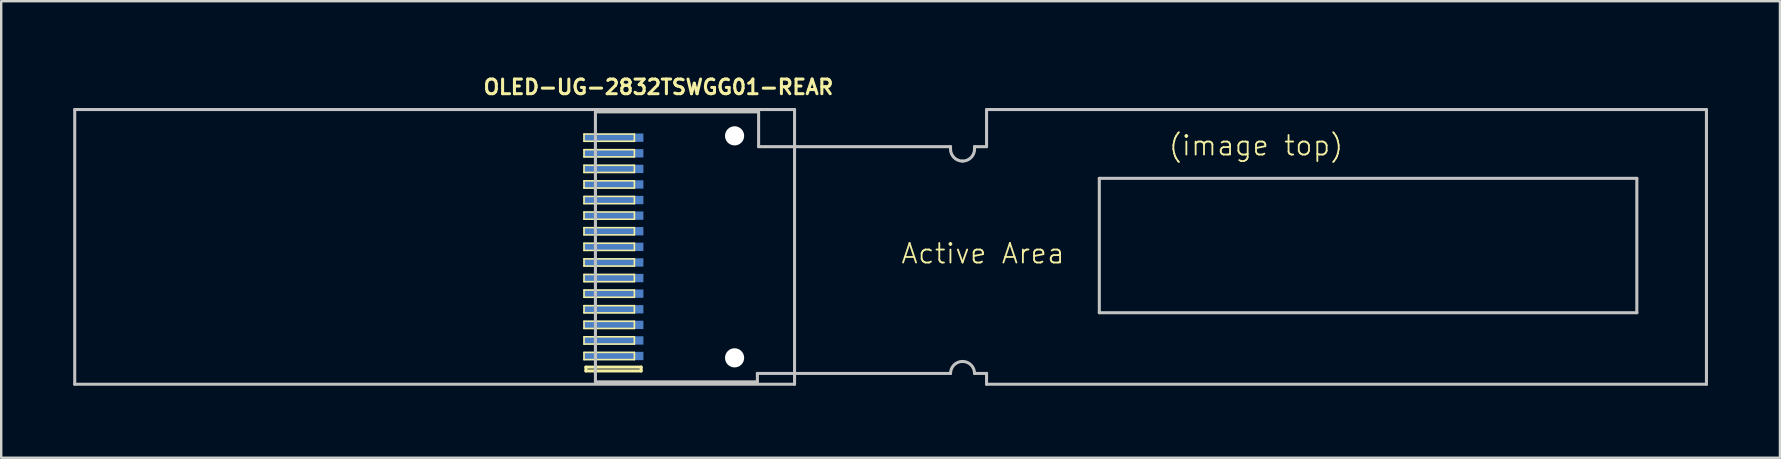
<source format=kicad_pcb>
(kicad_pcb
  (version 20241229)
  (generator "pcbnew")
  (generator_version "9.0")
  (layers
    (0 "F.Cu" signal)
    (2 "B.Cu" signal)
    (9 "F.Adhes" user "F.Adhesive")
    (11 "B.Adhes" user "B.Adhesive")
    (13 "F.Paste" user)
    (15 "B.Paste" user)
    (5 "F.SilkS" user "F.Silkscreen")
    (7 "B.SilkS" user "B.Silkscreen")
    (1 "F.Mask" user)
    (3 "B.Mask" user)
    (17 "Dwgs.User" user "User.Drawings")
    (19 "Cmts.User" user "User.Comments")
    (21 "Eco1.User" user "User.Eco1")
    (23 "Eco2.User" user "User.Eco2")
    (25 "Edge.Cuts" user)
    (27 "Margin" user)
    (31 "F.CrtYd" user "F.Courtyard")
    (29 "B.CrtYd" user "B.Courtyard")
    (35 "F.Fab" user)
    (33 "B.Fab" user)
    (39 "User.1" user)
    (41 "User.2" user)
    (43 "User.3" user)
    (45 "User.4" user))
  (footprint "OLED-UG-2832TSWGG01-REAR"
    (layer "F.Cu")
    (at 21.763 1.613)
    (property "Reference" "OLED-UG-2832TSWGG01-REAR" (at 2.624 -1.034 0) (layer "F.SilkS") (effects (font (size 0.61 0.61) (thickness 0.127))))
    (attr smd)
    (fp_line (start -0.475 0.925) (end 1.623 0.925) (stroke (width 0.066) (type solid)) (layer "F.SilkS"))
    (fp_line (start -0.475 1.224) (end -0.475 0.925) (stroke (width 0.066) (type solid)) (layer "F.SilkS"))
    (fp_line (start -0.475 1.224) (end 1.623 1.224) (stroke (width 0.066) (type solid)) (layer "F.SilkS"))
    (fp_line (start -0.475 1.575) (end 1.623 1.575) (stroke (width 0.066) (type solid)) (layer "F.SilkS"))
    (fp_line (start -0.475 1.875) (end -0.475 1.575) (stroke (width 0.066) (type solid)) (layer "F.SilkS"))
    (fp_line (start -0.475 1.875) (end 1.623 1.875) (stroke (width 0.066) (type solid)) (layer "F.SilkS"))
    (fp_line (start -0.475 2.223) (end 1.623 2.223) (stroke (width 0.066) (type solid)) (layer "F.SilkS"))
    (fp_line (start -0.475 2.525) (end -0.475 2.223) (stroke (width 0.066) (type solid)) (layer "F.SilkS"))
    (fp_line (start -0.475 2.525) (end 1.623 2.525) (stroke (width 0.066) (type solid)) (layer "F.SilkS"))
    (fp_line (start -0.475 2.873) (end 1.623 2.873) (stroke (width 0.066) (type solid)) (layer "F.SilkS"))
    (fp_line (start -0.475 3.175) (end -0.475 2.873) (stroke (width 0.066) (type solid)) (layer "F.SilkS"))
    (fp_line (start -0.475 3.175) (end 1.623 3.175) (stroke (width 0.066) (type solid)) (layer "F.SilkS"))
    (fp_line (start -0.475 3.523) (end 1.623 3.523) (stroke (width 0.066) (type solid)) (layer "F.SilkS"))
    (fp_line (start -0.475 3.823) (end -0.475 3.523) (stroke (width 0.066) (type solid)) (layer "F.SilkS"))
    (fp_line (start -0.475 3.823) (end 1.623 3.823) (stroke (width 0.066) (type solid)) (layer "F.SilkS"))
    (fp_line (start -0.475 4.173) (end 1.623 4.173) (stroke (width 0.066) (type solid)) (layer "F.SilkS"))
    (fp_line (start -0.475 4.473) (end -0.475 4.173) (stroke (width 0.066) (type solid)) (layer "F.SilkS"))
    (fp_line (start -0.475 4.473) (end 1.623 4.473) (stroke (width 0.066) (type solid)) (layer "F.SilkS"))
    (fp_line (start -0.475 4.823) (end 1.623 4.823) (stroke (width 0.066) (type solid)) (layer "F.SilkS"))
    (fp_line (start -0.475 5.123) (end -0.475 4.823) (stroke (width 0.066) (type solid)) (layer "F.SilkS"))
    (fp_line (start -0.475 5.123) (end 1.623 5.123) (stroke (width 0.066) (type solid)) (layer "F.SilkS"))
    (fp_line (start -0.475 5.474) (end 1.623 5.474) (stroke (width 0.066) (type solid)) (layer "F.SilkS"))
    (fp_line (start -0.475 5.773) (end -0.475 5.474) (stroke (width 0.066) (type solid)) (layer "F.SilkS"))
    (fp_line (start -0.475 5.773) (end 1.623 5.773) (stroke (width 0.066) (type solid)) (layer "F.SilkS"))
    (fp_line (start -0.475 6.124) (end 1.623 6.124) (stroke (width 0.066) (type solid)) (layer "F.SilkS"))
    (fp_line (start -0.475 6.424) (end -0.475 6.124) (stroke (width 0.066) (type solid)) (layer "F.SilkS"))
    (fp_line (start -0.475 6.424) (end 1.623 6.424) (stroke (width 0.066) (type solid)) (layer "F.SilkS"))
    (fp_line (start -0.475 6.774) (end 1.623 6.774) (stroke (width 0.066) (type solid)) (layer "F.SilkS"))
    (fp_line (start -0.475 7.074) (end -0.475 6.774) (stroke (width 0.066) (type solid)) (layer "F.SilkS"))
    (fp_line (start -0.475 7.074) (end 1.623 7.074) (stroke (width 0.066) (type solid)) (layer "F.SilkS"))
    (fp_line (start -0.475 7.424) (end 1.623 7.424) (stroke (width 0.066) (type solid)) (layer "F.SilkS"))
    (fp_line (start -0.475 7.724) (end -0.475 7.424) (stroke (width 0.066) (type solid)) (layer "F.SilkS"))
    (fp_line (start -0.475 7.724) (end 1.623 7.724) (stroke (width 0.066) (type solid)) (layer "F.SilkS"))
    (fp_line (start -0.475 8.075) (end 1.623 8.075) (stroke (width 0.066) (type solid)) (layer "F.SilkS"))
    (fp_line (start -0.475 8.374) (end -0.475 8.075) (stroke (width 0.066) (type solid)) (layer "F.SilkS"))
    (fp_line (start -0.475 8.374) (end 1.623 8.374) (stroke (width 0.066) (type solid)) (layer "F.SilkS"))
    (fp_line (start -0.475 8.725) (end 1.623 8.725) (stroke (width 0.066) (type solid)) (layer "F.SilkS"))
    (fp_line (start -0.475 9.025) (end -0.475 8.725) (stroke (width 0.066) (type solid)) (layer "F.SilkS"))
    (fp_line (start -0.475 9.025) (end 1.623 9.025) (stroke (width 0.066) (type solid)) (layer "F.SilkS"))
    (fp_line (start -0.475 9.373) (end 1.623 9.373) (stroke (width 0.066) (type solid)) (layer "F.SilkS"))
    (fp_line (start -0.475 9.675) (end -0.475 9.373) (stroke (width 0.066) (type solid)) (layer "F.SilkS"))
    (fp_line (start -0.475 9.675) (end 1.623 9.675) (stroke (width 0.066) (type solid)) (layer "F.SilkS"))
    (fp_line (start -0.475 10.023) (end 1.623 10.023) (stroke (width 0.066) (type solid)) (layer "F.SilkS"))
    (fp_line (start -0.475 10.323) (end -0.475 10.023) (stroke (width 0.066) (type solid)) (layer "F.SilkS"))
    (fp_line (start -0.475 10.323) (end 1.623 10.323) (stroke (width 0.066) (type solid)) (layer "F.SilkS"))
    (fp_line (start -0.396 10.635) (end -0.396 10.795) (stroke (width 0.127) (type solid)) (layer "F.SilkS"))
    (fp_line (start -0.396 10.795) (end 1.905 10.795) (stroke (width 0.127) (type solid)) (layer "F.SilkS"))
    (fp_line (start 1.623 1.224) (end 1.623 0.925) (stroke (width 0.066) (type solid)) (layer "F.SilkS"))
    (fp_line (start 1.623 1.875) (end 1.623 1.575) (stroke (width 0.066) (type solid)) (layer "F.SilkS"))
    (fp_line (start 1.623 2.525) (end 1.623 2.223) (stroke (width 0.066) (type solid)) (layer "F.SilkS"))
    (fp_line (start 1.623 3.175) (end 1.623 2.873) (stroke (width 0.066) (type solid)) (layer "F.SilkS"))
    (fp_line (start 1.623 3.823) (end 1.623 3.523) (stroke (width 0.066) (type solid)) (layer "F.SilkS"))
    (fp_line (start 1.623 4.473) (end 1.623 4.173) (stroke (width 0.066) (type solid)) (layer "F.SilkS"))
    (fp_line (start 1.623 5.123) (end 1.623 4.823) (stroke (width 0.066) (type solid)) (layer "F.SilkS"))
    (fp_line (start 1.623 5.773) (end 1.623 5.474) (stroke (width 0.066) (type solid)) (layer "F.SilkS"))
    (fp_line (start 1.623 6.424) (end 1.623 6.124) (stroke (width 0.066) (type solid)) (layer "F.SilkS"))
    (fp_line (start 1.623 7.074) (end 1.623 6.774) (stroke (width 0.066) (type solid)) (layer "F.SilkS"))
    (fp_line (start 1.623 7.724) (end 1.623 7.424) (stroke (width 0.066) (type solid)) (layer "F.SilkS"))
    (fp_line (start 1.623 8.374) (end 1.623 8.075) (stroke (width 0.066) (type solid)) (layer "F.SilkS"))
    (fp_line (start 1.623 9.025) (end 1.623 8.725) (stroke (width 0.066) (type solid)) (layer "F.SilkS"))
    (fp_line (start 1.623 9.675) (end 1.623 9.373) (stroke (width 0.066) (type solid)) (layer "F.SilkS"))
    (fp_line (start 1.623 10.323) (end 1.623 10.023) (stroke (width 0.066) (type solid)) (layer "F.SilkS"))
    (fp_line (start 1.905 10.635) (end -0.396 10.635) (stroke (width 0.127) (type solid)) (layer "F.SilkS"))
    (fp_line (start 1.905 10.795) (end 1.905 10.635) (stroke (width 0.127) (type solid)) (layer "F.SilkS"))
    (fp_line (start -21.699 -0.099) (end 8.298 -0.099) (stroke (width 0.127) (type solid)) (layer "Dwgs.User"))
    (fp_line (start -21.699 11.349) (end -21.699 -0.099) (stroke (width 0.127) (type solid)) (layer "Dwgs.User"))
    (fp_line (start 0 0) (end 0 11.25) (stroke (width 0.127) (type solid)) (layer "Dwgs.User"))
    (fp_line (start 0 0) (end 6.8 0) (stroke (width 0.127) (type solid)) (layer "Dwgs.User"))
    (fp_line (start 0 11.25) (end 6.749 11.25) (stroke (width 0.127) (type solid)) (layer "Dwgs.User"))
    (fp_line (start 6.749 10.899) (end 14.798 10.899) (stroke (width 0.127) (type solid)) (layer "Dwgs.User"))
    (fp_line (start 6.749 11.25) (end 6.749 10.899) (stroke (width 0.127) (type solid)) (layer "Dwgs.User"))
    (fp_line (start 6.8 0) (end 6.8 1.448) (stroke (width 0.127) (type solid)) (layer "Dwgs.User"))
    (fp_line (start 6.8 1.448) (end 14.798 1.448) (stroke (width 0.127) (type solid)) (layer "Dwgs.User"))
    (fp_line (start 8.298 -0.099) (end 8.298 11.349) (stroke (width 0.127) (type solid)) (layer "Dwgs.User"))
    (fp_line (start 8.298 11.349) (end -21.699 11.349) (stroke (width 0.127) (type solid)) (layer "Dwgs.User"))
    (fp_line (start 14.798 1.448) (end 14.798 1.549) (stroke (width 0.127) (type solid)) (layer "Dwgs.User"))
    (fp_line (start 15.799 1.549) (end 15.799 1.448) (stroke (width 0.127) (type solid)) (layer "Dwgs.User"))
    (fp_line (start 16.299 -0.099) (end 16.299 1.448) (stroke (width 0.127) (type solid)) (layer "Dwgs.User"))
    (fp_line (start 16.299 1.448) (end 15.799 1.448) (stroke (width 0.127) (type solid)) (layer "Dwgs.User"))
    (fp_line (start 16.299 10.899) (end 15.799 10.899) (stroke (width 0.127) (type solid)) (layer "Dwgs.User"))
    (fp_line (start 16.299 11.349) (end 16.299 10.899) (stroke (width 0.127) (type solid)) (layer "Dwgs.User"))
    (fp_line (start 20.998 2.769) (end 20.998 8.369) (stroke (width 0.127) (type solid)) (layer "Dwgs.User"))
    (fp_line (start 20.998 8.369) (end 43.398 8.369) (stroke (width 0.127) (type solid)) (layer "Dwgs.User"))
    (fp_line (start 43.398 2.769) (end 20.998 2.769) (stroke (width 0.127) (type solid)) (layer "Dwgs.User"))
    (fp_line (start 43.398 8.369) (end 43.398 2.769) (stroke (width 0.127) (type solid)) (layer "Dwgs.User"))
    (fp_line (start 46.299 -0.099) (end 16.299 -0.099) (stroke (width 0.127) (type solid)) (layer "Dwgs.User"))
    (fp_line (start 46.299 -0.099) (end 46.299 11.349) (stroke (width 0.127) (type solid)) (layer "Dwgs.User"))
    (fp_line (start 46.299 11.349) (end 16.299 11.349) (stroke (width 0.127) (type solid)) (layer "Dwgs.User"))
    (fp_arc (start 14.79804 10.89914) (mid 14.944598 10.545318) (end 15.29842 10.39876) (stroke (width 0.127) (type solid)) (layer "Dwgs.User"))
    (fp_arc (start 15.29842 2.04978) (mid 14.944598 1.903222) (end 14.79804 1.5494) (stroke (width 0.127) (type solid)) (layer "Dwgs.User"))
    (fp_arc (start 15.29842 10.39876) (mid 15.652242 10.545318) (end 15.7988 10.89914) (stroke (width 0.127) (type solid)) (layer "Dwgs.User"))
    (fp_arc (start 15.7988 1.5494) (mid 15.652242 1.903222) (end 15.29842 2.04978) (stroke (width 0.127) (type solid)) (layer "Dwgs.User"))
    (fp_text user "Active Area\n" (at 16.149 5.905 180) (layer "F.SilkS") (effects (font (size 0.813 0.813) (thickness 0.076))))
    (fp_text user "(image top)" (at 27.529 1.405 180) (layer "F.SilkS") (effects (font (size 0.813 0.813) (thickness 0.076))))
    (pad "" np_thru_hole circle (at 5.799 0.998) (size 0.798 0.798) (drill 0.798) (layers "*.Cu" "*.Mask"))
    (pad "" np_thru_hole circle (at 5.799 10.249) (size 0.798 0.798) (drill 0.798) (layers "*.Cu" "*.Mask"))
    (pad "1" smd rect (at 0.749 10.173 270) (size 0.348 2.499) (layers "B.Cu" "B.Mask"))
    (pad "2" smd rect (at 0.749 9.525 270) (size 0.348 2.499) (layers "B.Cu" "B.Mask"))
    (pad "3" smd rect (at 0.749 8.875 270) (size 0.348 2.499) (layers "B.Cu" "B.Mask"))
    (pad "4" smd rect (at 0.749 8.225 270) (size 0.348 2.499) (layers "B.Cu" "B.Mask"))
    (pad "5" smd rect (at 0.749 7.574 270) (size 0.348 2.499) (layers "B.Cu" "B.Mask"))
    (pad "6" smd rect (at 0.749 6.924 270) (size 0.348 2.499) (layers "B.Cu" "B.Mask"))
    (pad "7" smd rect (at 0.749 6.274 270) (size 0.348 2.499) (layers "B.Cu" "B.Mask"))
    (pad "8" smd rect (at 0.749 5.624 270) (size 0.348 2.499) (layers "B.Cu" "B.Mask"))
    (pad "9" smd rect (at 0.749 4.973 270) (size 0.348 2.499) (layers "B.Cu" "B.Mask"))
    (pad "10" smd rect (at 0.749 4.323 270) (size 0.348 2.499) (layers "B.Cu" "B.Mask"))
    (pad "11" smd rect (at 0.749 3.673 270) (size 0.348 2.499) (layers "B.Cu" "B.Mask"))
    (pad "12" smd rect (at 0.749 3.023 270) (size 0.348 2.499) (layers "B.Cu" "B.Mask"))
    (pad "13" smd rect (at 0.749 2.375 270) (size 0.348 2.499) (layers "B.Cu" "B.Mask"))
    (pad "14" smd rect (at 0.749 1.725 270) (size 0.348 2.499) (layers "B.Cu" "B.Mask"))
    (pad "15" smd rect (at 0.749 1.074 270) (size 0.348 2.499) (layers "B.Cu" "B.Mask")))
  (gr_rect
    (start -3 -3)
    (end 71.125 16.026)
    (stroke (width 0.1) (type default))
    (fill no)
    (layer "Edge.Cuts")))
</source>
